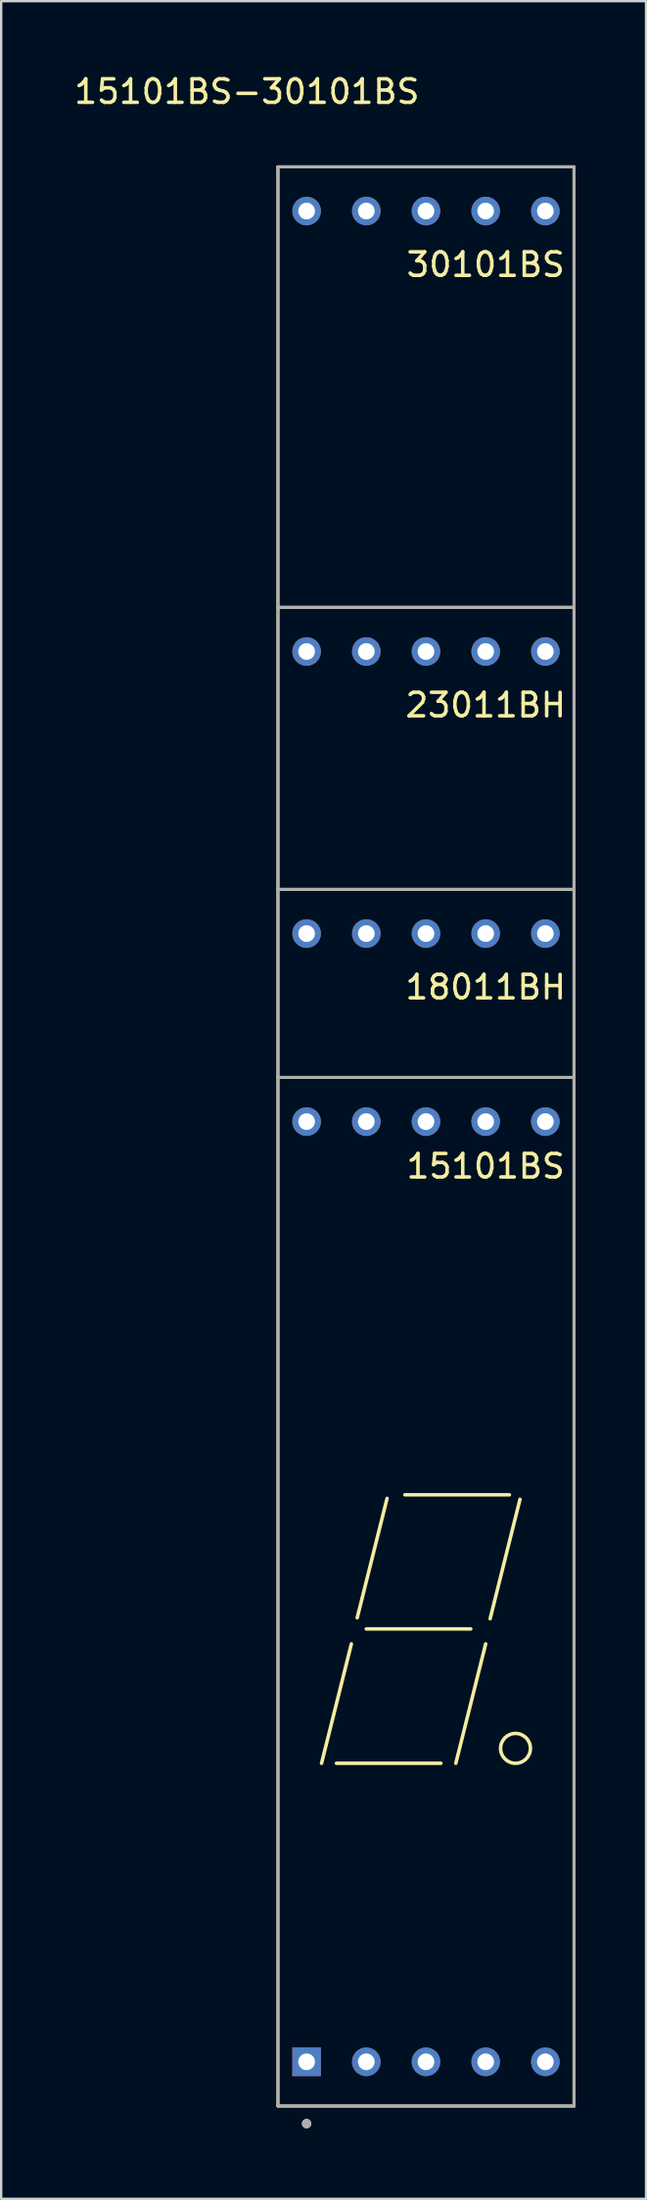
<source format=kicad_pcb>
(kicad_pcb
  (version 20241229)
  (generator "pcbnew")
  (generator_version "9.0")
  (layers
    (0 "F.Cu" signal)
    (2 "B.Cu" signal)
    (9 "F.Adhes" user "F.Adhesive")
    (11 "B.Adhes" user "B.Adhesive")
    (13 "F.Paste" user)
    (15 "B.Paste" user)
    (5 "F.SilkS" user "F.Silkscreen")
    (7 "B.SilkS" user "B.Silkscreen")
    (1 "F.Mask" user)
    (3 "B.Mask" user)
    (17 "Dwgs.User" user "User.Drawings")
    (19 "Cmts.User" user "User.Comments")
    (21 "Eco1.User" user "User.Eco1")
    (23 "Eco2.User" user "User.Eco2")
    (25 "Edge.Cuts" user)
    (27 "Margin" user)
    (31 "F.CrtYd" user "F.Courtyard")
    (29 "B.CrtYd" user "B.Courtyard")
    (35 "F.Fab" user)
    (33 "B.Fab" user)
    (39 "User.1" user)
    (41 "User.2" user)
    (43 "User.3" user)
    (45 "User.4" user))
  (footprint "15101BS-30101BS"
    (layer "F.Cu")
    (at 9.998 84.668)
    (property "Reference" "15101BS-30101BS" (at -2.54 -83.82 180) (layer "F.SilkS") (effects (font (size 1 1) (thickness 0.15))))
    (attr through_hole)
    (fp_line (start -1.22 -80.62) (end -1.22 1.88) (stroke (width 0.127) (type solid)) (layer "F.SilkS"))
    (fp_line (start -1.22 1.88) (end 11.38 1.88) (stroke (width 0.127) (type solid)) (layer "F.SilkS"))
    (fp_line (start 0.635 -12.7) (end 1.905 -17.78) (stroke (width 0.15) (type solid)) (layer "F.SilkS"))
    (fp_line (start 1.27 -12.7) (end 5.715 -12.7) (stroke (width 0.15) (type solid)) (layer "F.SilkS"))
    (fp_line (start 2.154 -18.891) (end 3.424 -23.971) (stroke (width 0.15) (type solid)) (layer "F.SilkS"))
    (fp_line (start 2.54 -18.415) (end 6.985 -18.415) (stroke (width 0.15) (type solid)) (layer "F.SilkS"))
    (fp_line (start 4.185 -24.123) (end 8.63 -24.123) (stroke (width 0.15) (type solid)) (layer "F.SilkS"))
    (fp_line (start 7.62 -17.78) (end 6.35 -12.7) (stroke (width 0.15) (type solid)) (layer "F.SilkS"))
    (fp_line (start 7.81 -18.85) (end 9.08 -23.93) (stroke (width 0.15) (type solid)) (layer "F.SilkS"))
    (fp_line (start 11.38 -80.62) (end -1.22 -80.62) (stroke (width 0.127) (type solid)) (layer "F.SilkS"))
    (fp_line (start 11.38 -61.88) (end -1.22 -61.88) (stroke (width 0.127) (type solid)) (layer "F.SilkS"))
    (fp_line (start 11.38 -49.88) (end -1.22 -49.88) (stroke (width 0.127) (type solid)) (layer "F.SilkS"))
    (fp_line (start 11.38 -41.88) (end -1.22 -41.88) (stroke (width 0.127) (type solid)) (layer "F.SilkS"))
    (fp_line (start 11.38 1.88) (end 11.38 -80.62) (stroke (width 0.127) (type solid)) (layer "F.SilkS"))
    (fp_circle (center 0 2.63) (end 0 2.53) (stroke (width 0.2) (type solid)) (fill no) (layer "F.SilkS"))
    (fp_circle (center 8.89 -13.335) (end 9.525 -13.335) (stroke (width 0.15) (type solid)) (fill no) (layer "F.SilkS"))
    (fp_line (start -1.22 -80.62) (end -1.22 1.88) (stroke (width 0.127) (type solid)) (layer "F.Fab"))
    (fp_line (start -1.22 1.88) (end 11.38 1.88) (stroke (width 0.127) (type solid)) (layer "F.Fab"))
    (fp_line (start 11.38 -80.62) (end -1.22 -80.62) (stroke (width 0.127) (type solid)) (layer "F.Fab"))
    (fp_line (start 11.38 -61.88) (end -1.22 -61.88) (stroke (width 0.127) (type solid)) (layer "F.Fab"))
    (fp_line (start 11.38 -49.88) (end -1.22 -49.88) (stroke (width 0.127) (type solid)) (layer "F.Fab"))
    (fp_line (start 11.38 -41.88) (end -1.22 -41.88) (stroke (width 0.127) (type solid)) (layer "F.Fab"))
    (fp_line (start 11.38 1.88) (end 11.38 -80.62) (stroke (width 0.127) (type solid)) (layer "F.Fab"))
    (fp_circle (center 0 2.63) (end 0 2.53) (stroke (width 0.2) (type solid)) (fill no) (layer "F.Fab"))
    (fp_text user "30101BS" (at 7.62 -76.46 0) (unlocked yes) (layer "F.SilkS") (effects (font (size 1 1) (thickness 0.15))))
    (fp_text user "15101BS" (at 7.62 -38.1 0) (unlocked yes) (layer "F.SilkS") (effects (font (size 1 1) (thickness 0.15))))
    (fp_text user "18011BH" (at 7.62 -45.72 0) (unlocked yes) (layer "F.SilkS") (effects (font (size 1 1) (thickness 0.15))))
    (fp_text user "23011BH" (at 7.62 -57.72 0) (unlocked yes) (layer "F.SilkS") (effects (font (size 1 1) (thickness 0.15))))
    (pad "1" thru_hole rect (at 0 0 90) (size 1.218 1.218) (drill 0.71) (layers "*.Cu" "*.Mask"))
    (pad "2" thru_hole circle (at 2.54 0 90) (size 1.218 1.218) (drill 0.71) (layers "*.Cu" "*.Mask"))
    (pad "3" thru_hole circle (at 5.08 0 90) (size 1.218 1.218) (drill 0.71) (layers "*.Cu" "*.Mask"))
    (pad "4" thru_hole circle (at 7.62 0 90) (size 1.218 1.218) (drill 0.71) (layers "*.Cu" "*.Mask"))
    (pad "5" thru_hole circle (at 10.16 0 90) (size 1.218 1.218) (drill 0.71) (layers "*.Cu" "*.Mask"))
    (pad "6" thru_hole circle (at 10.16 -78.74 90) (size 1.218 1.218) (drill 0.71) (layers "*.Cu" "*.Mask"))
    (pad "6" thru_hole circle (at 10.16 -60 90) (size 1.218 1.218) (drill 0.71) (layers "*.Cu" "*.Mask"))
    (pad "6" thru_hole circle (at 10.16 -48 90) (size 1.218 1.218) (drill 0.71) (layers "*.Cu" "*.Mask"))
    (pad "6" thru_hole circle (at 10.16 -40 90) (size 1.218 1.218) (drill 0.71) (layers "*.Cu" "*.Mask"))
    (pad "7" thru_hole circle (at 7.62 -78.74 90) (size 1.218 1.218) (drill 0.71) (layers "*.Cu" "*.Mask"))
    (pad "7" thru_hole circle (at 7.62 -60 90) (size 1.218 1.218) (drill 0.71) (layers "*.Cu" "*.Mask"))
    (pad "7" thru_hole circle (at 7.62 -48 90) (size 1.218 1.218) (drill 0.71) (layers "*.Cu" "*.Mask"))
    (pad "7" thru_hole circle (at 7.62 -40 90) (size 1.218 1.218) (drill 0.71) (layers "*.Cu" "*.Mask"))
    (pad "8" thru_hole circle (at 5.08 -78.74 90) (size 1.218 1.218) (drill 0.71) (layers "*.Cu" "*.Mask"))
    (pad "8" thru_hole circle (at 5.08 -60 90) (size 1.218 1.218) (drill 0.71) (layers "*.Cu" "*.Mask"))
    (pad "8" thru_hole circle (at 5.08 -48 90) (size 1.218 1.218) (drill 0.71) (layers "*.Cu" "*.Mask"))
    (pad "8" thru_hole circle (at 5.08 -40 90) (size 1.218 1.218) (drill 0.71) (layers "*.Cu" "*.Mask"))
    (pad "9" thru_hole circle (at 2.54 -78.74 90) (size 1.218 1.218) (drill 0.71) (layers "*.Cu" "*.Mask"))
    (pad "9" thru_hole circle (at 2.54 -60 90) (size 1.218 1.218) (drill 0.71) (layers "*.Cu" "*.Mask"))
    (pad "9" thru_hole circle (at 2.54 -48 90) (size 1.218 1.218) (drill 0.71) (layers "*.Cu" "*.Mask"))
    (pad "9" thru_hole circle (at 2.54 -40 90) (size 1.218 1.218) (drill 0.71) (layers "*.Cu" "*.Mask"))
    (pad "10" thru_hole circle (at 0 -78.74 90) (size 1.218 1.218) (drill 0.71) (layers "*.Cu" "*.Mask"))
    (pad "10" thru_hole circle (at 0 -60 90) (size 1.218 1.218) (drill 0.71) (layers "*.Cu" "*.Mask"))
    (pad "10" thru_hole circle (at 0 -48 90) (size 1.218 1.218) (drill 0.71) (layers "*.Cu" "*.Mask"))
    (pad "10" thru_hole circle (at 0 -40 90) (size 1.218 1.218) (drill 0.71) (layers "*.Cu" "*.Mask")))
  (gr_rect
    (start -3 -3)
    (end 24.442 90.498)
    (stroke (width 0.1) (type default))
    (fill no)
    (layer "Edge.Cuts")))
</source>
